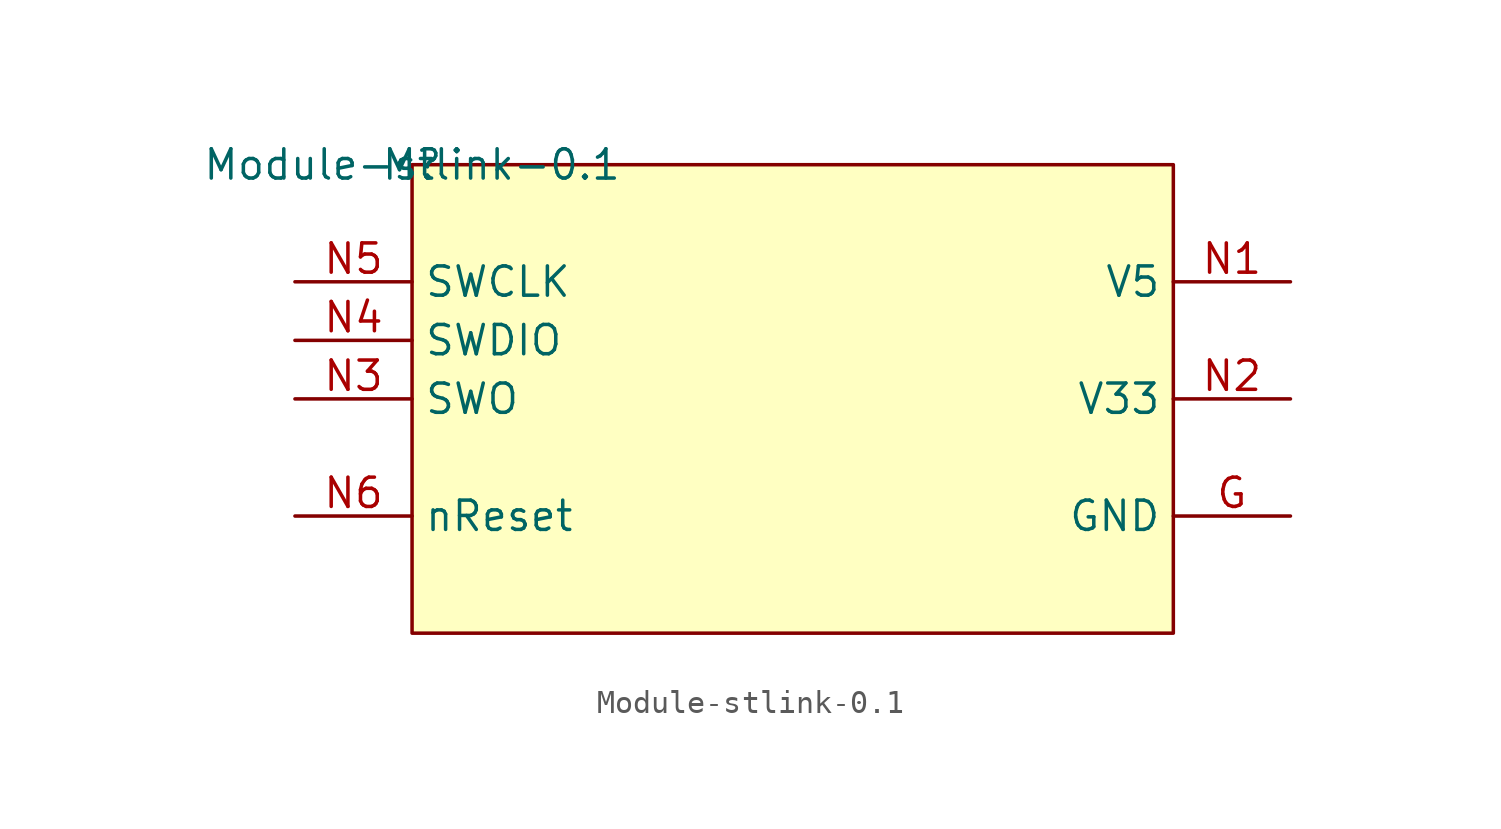
<source format=kicad_sym>
(kicad_symbol_lib
  (version 20201005)
  (generator kicad_symbol_editor)
  (symbol "stlink:Module-stlink-0.1"
    (property "Reference" "M"
      (at 0 0 0)
      (effects (font (size 1.27 1.27))))
    (property "Value" "Module-stlink-0.1"
      (at 0 0 0)
      (effects (font (size 1.27 1.27))))
    (symbol "Module-stlink-0.1_1_0"
      (rectangle (start 33.02 0) (end 0 -20.32) (stroke (width 0)) (fill (type background)))
      (pin passive line (at -5.08 -10.16 0) (length 5.08) (name "SWO" (effects (font (size 1.27 1.27)))) (number "N3" (effects (font (size 1.27 1.27)))))
      (pin passive line (at -5.08 -7.62 0) (length 5.08) (name "SWDIO" (effects (font (size 1.27 1.27)))) (number "N4" (effects (font (size 1.27 1.27)))))
      (pin passive line (at 38.1 -10.16 180) (length 5.08) (name "V33" (effects (font (size 1.27 1.27)))) (number "N2" (effects (font (size 1.27 1.27)))))
      (pin passive line (at 38.1 -5.08 180) (length 5.08) (name "V5" (effects (font (size 1.27 1.27)))) (number "N1" (effects (font (size 1.27 1.27)))))
      (pin passive line (at -5.08 -5.08 0) (length 5.08) (name "SWCLK" (effects (font (size 1.27 1.27)))) (number "N5" (effects (font (size 1.27 1.27)))))
      (pin passive line (at -5.08 -15.24 0) (length 5.08) (name "nReset" (effects (font (size 1.27 1.27)))) (number "N6" (effects (font (size 1.27 1.27)))))
      (pin passive line (at 38.1 -15.24 180) (length 5.08) (name "GND" (effects (font (size 1.27 1.27)))) (number "G" (effects (font (size 1.27 1.27))))))))
</source>
